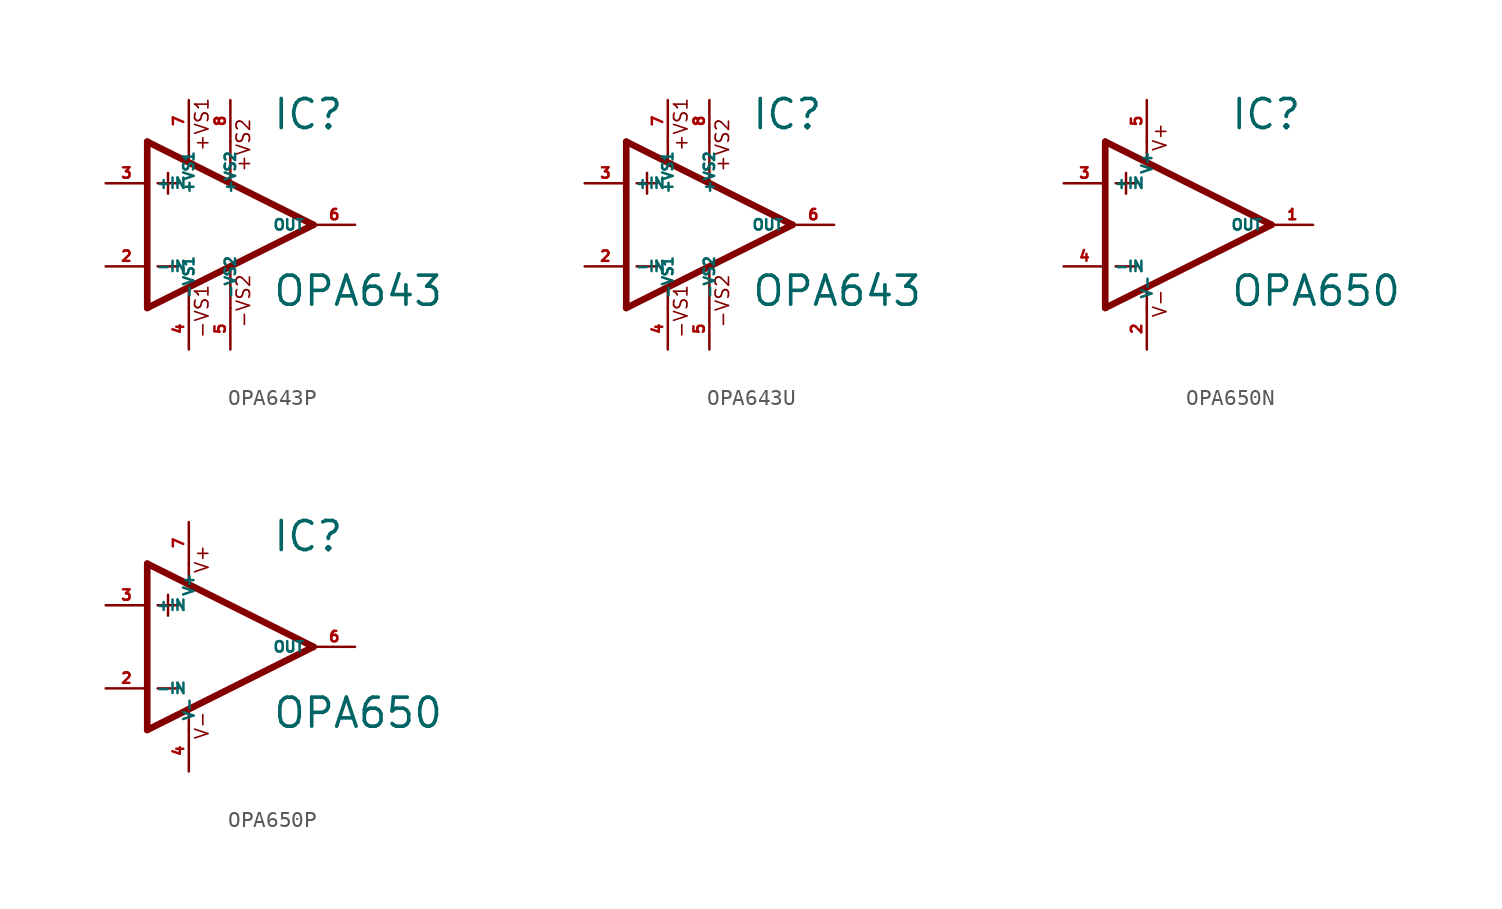
<source format=kicad_sym>
(kicad_symbol_lib
  (version 20220914)
  (generator Eagle2Kicad)
  (symbol "OPA643P"
    (property "Reference" "IC"
      (at 2.54 5.715 0)
      (effects (font (size 1.778 1.778) (thickness 0.22)) (justify left bottom)))
    (property "Value" "OPA643"
      (at 2.54 -5.08 0)
      (effects (font (size 1.778 1.778) (thickness 0.22)) (justify left bottom)))
    (polyline
      (pts (xy -3.81 3.175) (xy -3.81 1.905))
      (stroke (width 0.152) (type default))
      (fill (type none)))
    (polyline
      (pts (xy -4.445 2.54) (xy -3.175 2.54))
      (stroke (width 0.152) (type default))
      (fill (type none)))
    (polyline
      (pts (xy -4.445 -2.54) (xy -3.175 -2.54))
      (stroke (width 0.152) (type default))
      (fill (type none)))
    (polyline
      (pts (xy -2.54 5.08) (xy -2.54 3.886))
      (stroke (width 0.152) (type default))
      (fill (type none)))
    (polyline
      (pts (xy 0 5.055) (xy 0 2.616))
      (stroke (width 0.152) (type default))
      (fill (type none)))
    (polyline
      (pts (xy 0 -2.616) (xy 0 -5.08))
      (stroke (width 0.152) (type default))
      (fill (type none)))
    (polyline
      (pts (xy -2.54 -3.912) (xy -2.54 -5.08))
      (stroke (width 0.152) (type default))
      (fill (type none)))
    (polyline
      (pts (xy 5.08 0) (xy -5.08 5.08))
      (stroke (width 0.406) (type default))
      (fill (type none)))
    (polyline
      (pts (xy -5.08 5.08) (xy -5.08 -5.08))
      (stroke (width 0.406) (type default))
      (fill (type none)))
    (polyline
      (pts (xy -5.08 -5.08) (xy 5.08 0))
      (stroke (width 0.406) (type default))
      (fill (type none)))
    (text "+VS1"
      (at -1.27 4.445 900)
      (effects (font (size 0.813 0.813) (thickness 0.10)) (justify left bottom)))
    (text "-VS1"
      (at -1.27 -6.985 900)
      (effects (font (size 0.813 0.813) (thickness 0.10)) (justify left bottom)))
    (text "+VS2"
      (at 1.27 3.175 900)
      (effects (font (size 0.813 0.813) (thickness 0.10)) (justify left bottom)))
    (text "-VS2"
      (at 1.27 -6.35 900)
      (effects (font (size 0.813 0.813) (thickness 0.10)) (justify left bottom)))
    (pin unspecified line
      (at 0 7.62 270)
      (length 2.54)
      (name "+VS2" (effects (font (size 0.635 0.635) (thickness 0.08)) (justify left bottom)))
      (number "8" (effects (font (size 0.635 0.635) (thickness 0.08)) (justify left bottom))))
    (pin input line
      (at -7.62 -2.54 0)
      (length 2.54)
      (name "-IN" (effects (font (size 0.635 0.635) (thickness 0.08)) (justify left bottom)))
      (number "2" (effects (font (size 0.635 0.635) (thickness 0.08)) (justify left bottom))))
    (pin input line
      (at -7.62 2.54 0)
      (length 2.54)
      (name "+IN" (effects (font (size 0.635 0.635) (thickness 0.08)) (justify left bottom)))
      (number "3" (effects (font (size 0.635 0.635) (thickness 0.08)) (justify left bottom))))
    (pin output line
      (at 7.62 0 180)
      (length 2.54)
      (name "OUT" (effects (font (size 0.635 0.635) (thickness 0.08)) (justify left bottom)))
      (number "6" (effects (font (size 0.635 0.635) (thickness 0.08)) (justify left bottom))))
    (pin unspecified line
      (at 0 -7.62 90)
      (length 2.54)
      (name "-VS2" (effects (font (size 0.635 0.635) (thickness 0.08)) (justify left bottom)))
      (number "5" (effects (font (size 0.635 0.635) (thickness 0.08)) (justify left bottom))))
    (pin unspecified line
      (at -2.54 7.62 270)
      (length 2.54)
      (name "+VS1" (effects (font (size 0.635 0.635) (thickness 0.08)) (justify left bottom)))
      (number "7" (effects (font (size 0.635 0.635) (thickness 0.08)) (justify left bottom))))
    (pin unspecified line
      (at -2.54 -7.62 90)
      (length 2.54)
      (name "-VS1" (effects (font (size 0.635 0.635) (thickness 0.08)) (justify left bottom)))
      (number "4" (effects (font (size 0.635 0.635) (thickness 0.08)) (justify left bottom)))))
  (symbol "OPA643U"
    (property "Reference" "IC"
      (at 2.54 5.715 0)
      (effects (font (size 1.778 1.778) (thickness 0.22)) (justify left bottom)))
    (property "Value" "OPA643"
      (at 2.54 -5.08 0)
      (effects (font (size 1.778 1.778) (thickness 0.22)) (justify left bottom)))
    (polyline
      (pts (xy -3.81 3.175) (xy -3.81 1.905))
      (stroke (width 0.152) (type default))
      (fill (type none)))
    (polyline
      (pts (xy -4.445 2.54) (xy -3.175 2.54))
      (stroke (width 0.152) (type default))
      (fill (type none)))
    (polyline
      (pts (xy -4.445 -2.54) (xy -3.175 -2.54))
      (stroke (width 0.152) (type default))
      (fill (type none)))
    (polyline
      (pts (xy -2.54 5.08) (xy -2.54 3.886))
      (stroke (width 0.152) (type default))
      (fill (type none)))
    (polyline
      (pts (xy 0 5.055) (xy 0 2.616))
      (stroke (width 0.152) (type default))
      (fill (type none)))
    (polyline
      (pts (xy 0 -2.616) (xy 0 -5.08))
      (stroke (width 0.152) (type default))
      (fill (type none)))
    (polyline
      (pts (xy -2.54 -3.912) (xy -2.54 -5.08))
      (stroke (width 0.152) (type default))
      (fill (type none)))
    (polyline
      (pts (xy 5.08 0) (xy -5.08 5.08))
      (stroke (width 0.406) (type default))
      (fill (type none)))
    (polyline
      (pts (xy -5.08 5.08) (xy -5.08 -5.08))
      (stroke (width 0.406) (type default))
      (fill (type none)))
    (polyline
      (pts (xy -5.08 -5.08) (xy 5.08 0))
      (stroke (width 0.406) (type default))
      (fill (type none)))
    (text "+VS1"
      (at -1.27 4.445 900)
      (effects (font (size 0.813 0.813) (thickness 0.10)) (justify left bottom)))
    (text "-VS1"
      (at -1.27 -6.985 900)
      (effects (font (size 0.813 0.813) (thickness 0.10)) (justify left bottom)))
    (text "+VS2"
      (at 1.27 3.175 900)
      (effects (font (size 0.813 0.813) (thickness 0.10)) (justify left bottom)))
    (text "-VS2"
      (at 1.27 -6.35 900)
      (effects (font (size 0.813 0.813) (thickness 0.10)) (justify left bottom)))
    (pin unspecified line
      (at 0 7.62 270)
      (length 2.54)
      (name "+VS2" (effects (font (size 0.635 0.635) (thickness 0.08)) (justify left bottom)))
      (number "8" (effects (font (size 0.635 0.635) (thickness 0.08)) (justify left bottom))))
    (pin input line
      (at -7.62 -2.54 0)
      (length 2.54)
      (name "-IN" (effects (font (size 0.635 0.635) (thickness 0.08)) (justify left bottom)))
      (number "2" (effects (font (size 0.635 0.635) (thickness 0.08)) (justify left bottom))))
    (pin input line
      (at -7.62 2.54 0)
      (length 2.54)
      (name "+IN" (effects (font (size 0.635 0.635) (thickness 0.08)) (justify left bottom)))
      (number "3" (effects (font (size 0.635 0.635) (thickness 0.08)) (justify left bottom))))
    (pin output line
      (at 7.62 0 180)
      (length 2.54)
      (name "OUT" (effects (font (size 0.635 0.635) (thickness 0.08)) (justify left bottom)))
      (number "6" (effects (font (size 0.635 0.635) (thickness 0.08)) (justify left bottom))))
    (pin unspecified line
      (at 0 -7.62 90)
      (length 2.54)
      (name "-VS2" (effects (font (size 0.635 0.635) (thickness 0.08)) (justify left bottom)))
      (number "5" (effects (font (size 0.635 0.635) (thickness 0.08)) (justify left bottom))))
    (pin unspecified line
      (at -2.54 7.62 270)
      (length 2.54)
      (name "+VS1" (effects (font (size 0.635 0.635) (thickness 0.08)) (justify left bottom)))
      (number "7" (effects (font (size 0.635 0.635) (thickness 0.08)) (justify left bottom))))
    (pin unspecified line
      (at -2.54 -7.62 90)
      (length 2.54)
      (name "-VS1" (effects (font (size 0.635 0.635) (thickness 0.08)) (justify left bottom)))
      (number "4" (effects (font (size 0.635 0.635) (thickness 0.08)) (justify left bottom)))))
  (symbol "OPA650N"
    (property "Reference" "IC"
      (at 2.54 5.715 0)
      (effects (font (size 1.778 1.778) (thickness 0.22)) (justify left bottom)))
    (property "Value" "OPA650"
      (at 2.54 -5.08 0)
      (effects (font (size 1.778 1.778) (thickness 0.22)) (justify left bottom)))
    (polyline
      (pts (xy -3.81 3.175) (xy -3.81 1.905))
      (stroke (width 0.152) (type default))
      (fill (type none)))
    (polyline
      (pts (xy -4.445 2.54) (xy -3.175 2.54))
      (stroke (width 0.152) (type default))
      (fill (type none)))
    (polyline
      (pts (xy -4.445 -2.54) (xy -3.175 -2.54))
      (stroke (width 0.152) (type default))
      (fill (type none)))
    (polyline
      (pts (xy -2.54 5.08) (xy -2.54 3.886))
      (stroke (width 0.152) (type default))
      (fill (type none)))
    (polyline
      (pts (xy -2.54 -3.912) (xy -2.54 -5.08))
      (stroke (width 0.152) (type default))
      (fill (type none)))
    (polyline
      (pts (xy 5.08 0) (xy -5.08 5.08))
      (stroke (width 0.406) (type default))
      (fill (type none)))
    (polyline
      (pts (xy -5.08 5.08) (xy -5.08 -5.08))
      (stroke (width 0.406) (type default))
      (fill (type none)))
    (polyline
      (pts (xy -5.08 -5.08) (xy 5.08 0))
      (stroke (width 0.406) (type default))
      (fill (type none)))
    (text "V+"
      (at -1.27 4.445 900)
      (effects (font (size 0.813 0.813) (thickness 0.10)) (justify left bottom)))
    (text "V-"
      (at -1.27 -5.715 900)
      (effects (font (size 0.813 0.813) (thickness 0.10)) (justify left bottom)))
    (pin input line
      (at -7.62 -2.54 0)
      (length 2.54)
      (name "-IN" (effects (font (size 0.635 0.635) (thickness 0.08)) (justify left bottom)))
      (number "4" (effects (font (size 0.635 0.635) (thickness 0.08)) (justify left bottom))))
    (pin input line
      (at -7.62 2.54 0)
      (length 2.54)
      (name "+IN" (effects (font (size 0.635 0.635) (thickness 0.08)) (justify left bottom)))
      (number "3" (effects (font (size 0.635 0.635) (thickness 0.08)) (justify left bottom))))
    (pin output line
      (at 7.62 0 180)
      (length 2.54)
      (name "OUT" (effects (font (size 0.635 0.635) (thickness 0.08)) (justify left bottom)))
      (number "1" (effects (font (size 0.635 0.635) (thickness 0.08)) (justify left bottom))))
    (pin unspecified line
      (at -2.54 7.62 270)
      (length 2.54)
      (name "V+" (effects (font (size 0.635 0.635) (thickness 0.08)) (justify left bottom)))
      (number "5" (effects (font (size 0.635 0.635) (thickness 0.08)) (justify left bottom))))
    (pin unspecified line
      (at -2.54 -7.62 90)
      (length 2.54)
      (name "V-" (effects (font (size 0.635 0.635) (thickness 0.08)) (justify left bottom)))
      (number "2" (effects (font (size 0.635 0.635) (thickness 0.08)) (justify left bottom)))))
  (symbol "OPA650P"
    (property "Reference" "IC"
      (at 2.54 5.715 0)
      (effects (font (size 1.778 1.778) (thickness 0.22)) (justify left bottom)))
    (property "Value" "OPA650"
      (at 2.54 -5.08 0)
      (effects (font (size 1.778 1.778) (thickness 0.22)) (justify left bottom)))
    (polyline
      (pts (xy -3.81 3.175) (xy -3.81 1.905))
      (stroke (width 0.152) (type default))
      (fill (type none)))
    (polyline
      (pts (xy -4.445 2.54) (xy -3.175 2.54))
      (stroke (width 0.152) (type default))
      (fill (type none)))
    (polyline
      (pts (xy -4.445 -2.54) (xy -3.175 -2.54))
      (stroke (width 0.152) (type default))
      (fill (type none)))
    (polyline
      (pts (xy -2.54 5.08) (xy -2.54 3.886))
      (stroke (width 0.152) (type default))
      (fill (type none)))
    (polyline
      (pts (xy -2.54 -3.912) (xy -2.54 -5.08))
      (stroke (width 0.152) (type default))
      (fill (type none)))
    (polyline
      (pts (xy 5.08 0) (xy -5.08 5.08))
      (stroke (width 0.406) (type default))
      (fill (type none)))
    (polyline
      (pts (xy -5.08 5.08) (xy -5.08 -5.08))
      (stroke (width 0.406) (type default))
      (fill (type none)))
    (polyline
      (pts (xy -5.08 -5.08) (xy 5.08 0))
      (stroke (width 0.406) (type default))
      (fill (type none)))
    (text "V+"
      (at -1.27 4.445 900)
      (effects (font (size 0.813 0.813) (thickness 0.10)) (justify left bottom)))
    (text "V-"
      (at -1.27 -5.715 900)
      (effects (font (size 0.813 0.813) (thickness 0.10)) (justify left bottom)))
    (pin input line
      (at -7.62 -2.54 0)
      (length 2.54)
      (name "-IN" (effects (font (size 0.635 0.635) (thickness 0.08)) (justify left bottom)))
      (number "2" (effects (font (size 0.635 0.635) (thickness 0.08)) (justify left bottom))))
    (pin input line
      (at -7.62 2.54 0)
      (length 2.54)
      (name "+IN" (effects (font (size 0.635 0.635) (thickness 0.08)) (justify left bottom)))
      (number "3" (effects (font (size 0.635 0.635) (thickness 0.08)) (justify left bottom))))
    (pin output line
      (at 7.62 0 180)
      (length 2.54)
      (name "OUT" (effects (font (size 0.635 0.635) (thickness 0.08)) (justify left bottom)))
      (number "6" (effects (font (size 0.635 0.635) (thickness 0.08)) (justify left bottom))))
    (pin unspecified line
      (at -2.54 7.62 270)
      (length 2.54)
      (name "V+" (effects (font (size 0.635 0.635) (thickness 0.08)) (justify left bottom)))
      (number "7" (effects (font (size 0.635 0.635) (thickness 0.08)) (justify left bottom))))
    (pin unspecified line
      (at -2.54 -7.62 90)
      (length 2.54)
      (name "V-" (effects (font (size 0.635 0.635) (thickness 0.08)) (justify left bottom)))
      (number "4" (effects (font (size 0.635 0.635) (thickness 0.08)) (justify left bottom))))))
</source>
